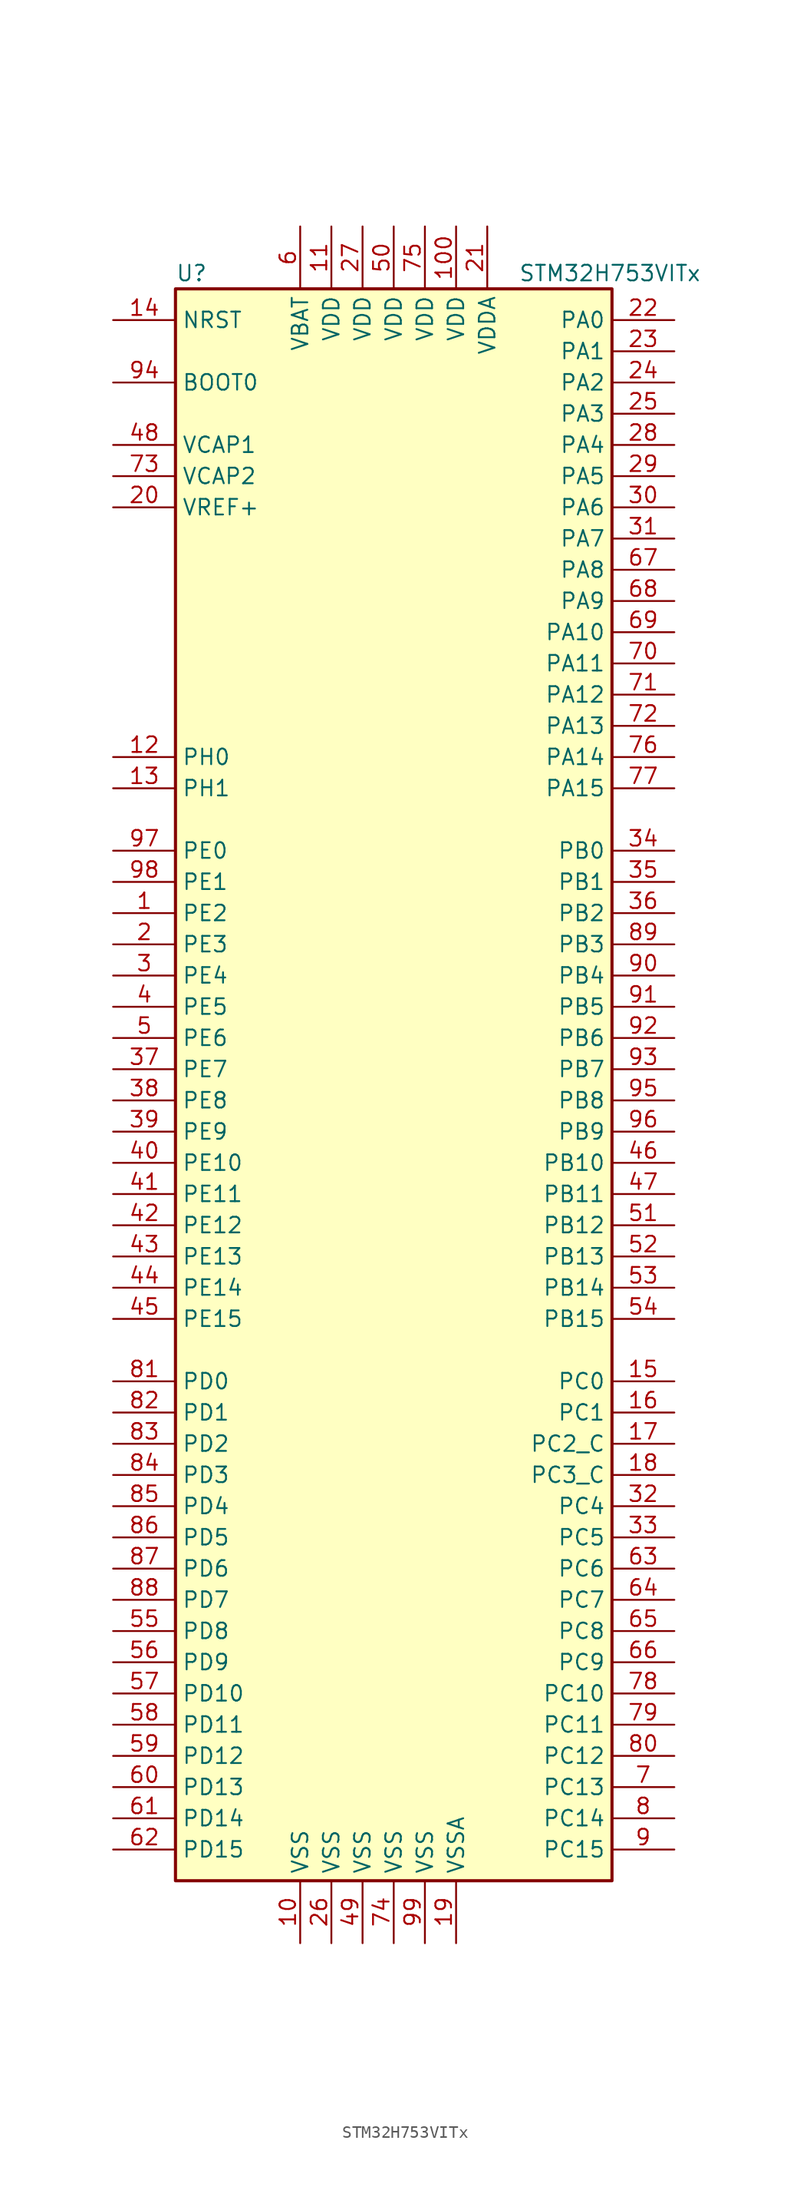
<source format=kicad_sym>
(kicad_symbol_lib
  (version 20201005)
  (generator kicad_symbol_editor)
  (symbol "STM32H753VITx"
    (property "Reference" "U"
      (at -17.78 64.77 0)
      (effects (font (size 1.27 1.27)) (justify left)))
    (property "Value" "STM32H753VITx"
      (at 10.16 64.77 0)
      (effects (font (size 1.27 1.27)) (justify left)))
    (symbol "STM32H753VITx_0_1"
      (rectangle (start -17.78 -66.04) (end 17.78 63.5) (stroke (width 0.254)) (fill (type background))))
    (symbol "STM32H753VITx_1_1"
      (pin bidirectional line (at -22.86 12.7 0) (length 5.08) (name "PE2" (effects (font (size 1.27 1.27)))) (number "1" (effects (font (size 1.27 1.27)))))
      (pin power_in line (at -7.62 -71.12 90) (length 5.08) (name "VSS" (effects (font (size 1.27 1.27)))) (number "10" (effects (font (size 1.27 1.27)))))
      (pin power_in line (at 5.08 68.58 270) (length 5.08) (name "VDD" (effects (font (size 1.27 1.27)))) (number "100" (effects (font (size 1.27 1.27)))))
      (pin power_in line (at -5.08 68.58 270) (length 5.08) (name "VDD" (effects (font (size 1.27 1.27)))) (number "11" (effects (font (size 1.27 1.27)))))
      (pin input line (at -22.86 25.4 0) (length 5.08) (name "PH0" (effects (font (size 1.27 1.27)))) (number "12" (effects (font (size 1.27 1.27)))))
      (pin input line (at -22.86 22.86 0) (length 5.08) (name "PH1" (effects (font (size 1.27 1.27)))) (number "13" (effects (font (size 1.27 1.27)))))
      (pin input line (at -22.86 60.96 0) (length 5.08) (name "NRST" (effects (font (size 1.27 1.27)))) (number "14" (effects (font (size 1.27 1.27)))))
      (pin bidirectional line (at 22.86 -25.4 180) (length 5.08) (name "PC0" (effects (font (size 1.27 1.27)))) (number "15" (effects (font (size 1.27 1.27)))))
      (pin bidirectional line (at 22.86 -27.94 180) (length 5.08) (name "PC1" (effects (font (size 1.27 1.27)))) (number "16" (effects (font (size 1.27 1.27)))))
      (pin bidirectional line (at 22.86 -30.48 180) (length 5.08) (name "PC2_C" (effects (font (size 1.27 1.27)))) (number "17" (effects (font (size 1.27 1.27)))))
      (pin bidirectional line (at 22.86 -33.02 180) (length 5.08) (name "PC3_C" (effects (font (size 1.27 1.27)))) (number "18" (effects (font (size 1.27 1.27)))))
      (pin power_in line (at 5.08 -71.12 90) (length 5.08) (name "VSSA" (effects (font (size 1.27 1.27)))) (number "19" (effects (font (size 1.27 1.27)))))
      (pin bidirectional line (at -22.86 10.16 0) (length 5.08) (name "PE3" (effects (font (size 1.27 1.27)))) (number "2" (effects (font (size 1.27 1.27)))))
      (pin bidirectional line (at -22.86 45.72 0) (length 5.08) (name "VREF+" (effects (font (size 1.27 1.27)))) (number "20" (effects (font (size 1.27 1.27)))))
      (pin power_in line (at 7.62 68.58 270) (length 5.08) (name "VDDA" (effects (font (size 1.27 1.27)))) (number "21" (effects (font (size 1.27 1.27)))))
      (pin bidirectional line (at 22.86 60.96 180) (length 5.08) (name "PA0" (effects (font (size 1.27 1.27)))) (number "22" (effects (font (size 1.27 1.27)))))
      (pin bidirectional line (at 22.86 58.42 180) (length 5.08) (name "PA1" (effects (font (size 1.27 1.27)))) (number "23" (effects (font (size 1.27 1.27)))))
      (pin bidirectional line (at 22.86 55.88 180) (length 5.08) (name "PA2" (effects (font (size 1.27 1.27)))) (number "24" (effects (font (size 1.27 1.27)))))
      (pin bidirectional line (at 22.86 53.34 180) (length 5.08) (name "PA3" (effects (font (size 1.27 1.27)))) (number "25" (effects (font (size 1.27 1.27)))))
      (pin power_in line (at -5.08 -71.12 90) (length 5.08) (name "VSS" (effects (font (size 1.27 1.27)))) (number "26" (effects (font (size 1.27 1.27)))))
      (pin power_in line (at -2.54 68.58 270) (length 5.08) (name "VDD" (effects (font (size 1.27 1.27)))) (number "27" (effects (font (size 1.27 1.27)))))
      (pin bidirectional line (at 22.86 50.8 180) (length 5.08) (name "PA4" (effects (font (size 1.27 1.27)))) (number "28" (effects (font (size 1.27 1.27)))))
      (pin bidirectional line (at 22.86 48.26 180) (length 5.08) (name "PA5" (effects (font (size 1.27 1.27)))) (number "29" (effects (font (size 1.27 1.27)))))
      (pin bidirectional line (at -22.86 7.62 0) (length 5.08) (name "PE4" (effects (font (size 1.27 1.27)))) (number "3" (effects (font (size 1.27 1.27)))))
      (pin bidirectional line (at 22.86 45.72 180) (length 5.08) (name "PA6" (effects (font (size 1.27 1.27)))) (number "30" (effects (font (size 1.27 1.27)))))
      (pin bidirectional line (at 22.86 43.18 180) (length 5.08) (name "PA7" (effects (font (size 1.27 1.27)))) (number "31" (effects (font (size 1.27 1.27)))))
      (pin bidirectional line (at 22.86 -35.56 180) (length 5.08) (name "PC4" (effects (font (size 1.27 1.27)))) (number "32" (effects (font (size 1.27 1.27)))))
      (pin bidirectional line (at 22.86 -38.1 180) (length 5.08) (name "PC5" (effects (font (size 1.27 1.27)))) (number "33" (effects (font (size 1.27 1.27)))))
      (pin bidirectional line (at 22.86 17.78 180) (length 5.08) (name "PB0" (effects (font (size 1.27 1.27)))) (number "34" (effects (font (size 1.27 1.27)))))
      (pin bidirectional line (at 22.86 15.24 180) (length 5.08) (name "PB1" (effects (font (size 1.27 1.27)))) (number "35" (effects (font (size 1.27 1.27)))))
      (pin bidirectional line (at 22.86 12.7 180) (length 5.08) (name "PB2" (effects (font (size 1.27 1.27)))) (number "36" (effects (font (size 1.27 1.27)))))
      (pin bidirectional line (at -22.86 0 0) (length 5.08) (name "PE7" (effects (font (size 1.27 1.27)))) (number "37" (effects (font (size 1.27 1.27)))))
      (pin bidirectional line (at -22.86 -2.54 0) (length 5.08) (name "PE8" (effects (font (size 1.27 1.27)))) (number "38" (effects (font (size 1.27 1.27)))))
      (pin bidirectional line (at -22.86 -5.08 0) (length 5.08) (name "PE9" (effects (font (size 1.27 1.27)))) (number "39" (effects (font (size 1.27 1.27)))))
      (pin bidirectional line (at -22.86 5.08 0) (length 5.08) (name "PE5" (effects (font (size 1.27 1.27)))) (number "4" (effects (font (size 1.27 1.27)))))
      (pin bidirectional line (at -22.86 -7.62 0) (length 5.08) (name "PE10" (effects (font (size 1.27 1.27)))) (number "40" (effects (font (size 1.27 1.27)))))
      (pin bidirectional line (at -22.86 -10.16 0) (length 5.08) (name "PE11" (effects (font (size 1.27 1.27)))) (number "41" (effects (font (size 1.27 1.27)))))
      (pin bidirectional line (at -22.86 -12.7 0) (length 5.08) (name "PE12" (effects (font (size 1.27 1.27)))) (number "42" (effects (font (size 1.27 1.27)))))
      (pin bidirectional line (at -22.86 -15.24 0) (length 5.08) (name "PE13" (effects (font (size 1.27 1.27)))) (number "43" (effects (font (size 1.27 1.27)))))
      (pin bidirectional line (at -22.86 -17.78 0) (length 5.08) (name "PE14" (effects (font (size 1.27 1.27)))) (number "44" (effects (font (size 1.27 1.27)))))
      (pin bidirectional line (at -22.86 -20.32 0) (length 5.08) (name "PE15" (effects (font (size 1.27 1.27)))) (number "45" (effects (font (size 1.27 1.27)))))
      (pin bidirectional line (at 22.86 -7.62 180) (length 5.08) (name "PB10" (effects (font (size 1.27 1.27)))) (number "46" (effects (font (size 1.27 1.27)))))
      (pin bidirectional line (at 22.86 -10.16 180) (length 5.08) (name "PB11" (effects (font (size 1.27 1.27)))) (number "47" (effects (font (size 1.27 1.27)))))
      (pin power_in line (at -22.86 50.8 0) (length 5.08) (name "VCAP1" (effects (font (size 1.27 1.27)))) (number "48" (effects (font (size 1.27 1.27)))))
      (pin power_in line (at -2.54 -71.12 90) (length 5.08) (name "VSS" (effects (font (size 1.27 1.27)))) (number "49" (effects (font (size 1.27 1.27)))))
      (pin bidirectional line (at -22.86 2.54 0) (length 5.08) (name "PE6" (effects (font (size 1.27 1.27)))) (number "5" (effects (font (size 1.27 1.27)))))
      (pin power_in line (at 0 68.58 270) (length 5.08) (name "VDD" (effects (font (size 1.27 1.27)))) (number "50" (effects (font (size 1.27 1.27)))))
      (pin bidirectional line (at 22.86 -12.7 180) (length 5.08) (name "PB12" (effects (font (size 1.27 1.27)))) (number "51" (effects (font (size 1.27 1.27)))))
      (pin bidirectional line (at 22.86 -15.24 180) (length 5.08) (name "PB13" (effects (font (size 1.27 1.27)))) (number "52" (effects (font (size 1.27 1.27)))))
      (pin bidirectional line (at 22.86 -17.78 180) (length 5.08) (name "PB14" (effects (font (size 1.27 1.27)))) (number "53" (effects (font (size 1.27 1.27)))))
      (pin bidirectional line (at 22.86 -20.32 180) (length 5.08) (name "PB15" (effects (font (size 1.27 1.27)))) (number "54" (effects (font (size 1.27 1.27)))))
      (pin bidirectional line (at -22.86 -45.72 0) (length 5.08) (name "PD8" (effects (font (size 1.27 1.27)))) (number "55" (effects (font (size 1.27 1.27)))))
      (pin bidirectional line (at -22.86 -48.26 0) (length 5.08) (name "PD9" (effects (font (size 1.27 1.27)))) (number "56" (effects (font (size 1.27 1.27)))))
      (pin bidirectional line (at -22.86 -50.8 0) (length 5.08) (name "PD10" (effects (font (size 1.27 1.27)))) (number "57" (effects (font (size 1.27 1.27)))))
      (pin bidirectional line (at -22.86 -53.34 0) (length 5.08) (name "PD11" (effects (font (size 1.27 1.27)))) (number "58" (effects (font (size 1.27 1.27)))))
      (pin bidirectional line (at -22.86 -55.88 0) (length 5.08) (name "PD12" (effects (font (size 1.27 1.27)))) (number "59" (effects (font (size 1.27 1.27)))))
      (pin power_in line (at -7.62 68.58 270) (length 5.08) (name "VBAT" (effects (font (size 1.27 1.27)))) (number "6" (effects (font (size 1.27 1.27)))))
      (pin bidirectional line (at -22.86 -58.42 0) (length 5.08) (name "PD13" (effects (font (size 1.27 1.27)))) (number "60" (effects (font (size 1.27 1.27)))))
      (pin bidirectional line (at -22.86 -60.96 0) (length 5.08) (name "PD14" (effects (font (size 1.27 1.27)))) (number "61" (effects (font (size 1.27 1.27)))))
      (pin bidirectional line (at -22.86 -63.5 0) (length 5.08) (name "PD15" (effects (font (size 1.27 1.27)))) (number "62" (effects (font (size 1.27 1.27)))))
      (pin bidirectional line (at 22.86 -40.64 180) (length 5.08) (name "PC6" (effects (font (size 1.27 1.27)))) (number "63" (effects (font (size 1.27 1.27)))))
      (pin bidirectional line (at 22.86 -43.18 180) (length 5.08) (name "PC7" (effects (font (size 1.27 1.27)))) (number "64" (effects (font (size 1.27 1.27)))))
      (pin bidirectional line (at 22.86 -45.72 180) (length 5.08) (name "PC8" (effects (font (size 1.27 1.27)))) (number "65" (effects (font (size 1.27 1.27)))))
      (pin bidirectional line (at 22.86 -48.26 180) (length 5.08) (name "PC9" (effects (font (size 1.27 1.27)))) (number "66" (effects (font (size 1.27 1.27)))))
      (pin bidirectional line (at 22.86 40.64 180) (length 5.08) (name "PA8" (effects (font (size 1.27 1.27)))) (number "67" (effects (font (size 1.27 1.27)))))
      (pin bidirectional line (at 22.86 38.1 180) (length 5.08) (name "PA9" (effects (font (size 1.27 1.27)))) (number "68" (effects (font (size 1.27 1.27)))))
      (pin bidirectional line (at 22.86 35.56 180) (length 5.08) (name "PA10" (effects (font (size 1.27 1.27)))) (number "69" (effects (font (size 1.27 1.27)))))
      (pin bidirectional line (at 22.86 -58.42 180) (length 5.08) (name "PC13" (effects (font (size 1.27 1.27)))) (number "7" (effects (font (size 1.27 1.27)))))
      (pin bidirectional line (at 22.86 33.02 180) (length 5.08) (name "PA11" (effects (font (size 1.27 1.27)))) (number "70" (effects (font (size 1.27 1.27)))))
      (pin bidirectional line (at 22.86 30.48 180) (length 5.08) (name "PA12" (effects (font (size 1.27 1.27)))) (number "71" (effects (font (size 1.27 1.27)))))
      (pin bidirectional line (at 22.86 27.94 180) (length 5.08) (name "PA13" (effects (font (size 1.27 1.27)))) (number "72" (effects (font (size 1.27 1.27)))))
      (pin power_in line (at -22.86 48.26 0) (length 5.08) (name "VCAP2" (effects (font (size 1.27 1.27)))) (number "73" (effects (font (size 1.27 1.27)))))
      (pin power_in line (at 0 -71.12 90) (length 5.08) (name "VSS" (effects (font (size 1.27 1.27)))) (number "74" (effects (font (size 1.27 1.27)))))
      (pin power_in line (at 2.54 68.58 270) (length 5.08) (name "VDD" (effects (font (size 1.27 1.27)))) (number "75" (effects (font (size 1.27 1.27)))))
      (pin bidirectional line (at 22.86 25.4 180) (length 5.08) (name "PA14" (effects (font (size 1.27 1.27)))) (number "76" (effects (font (size 1.27 1.27)))))
      (pin bidirectional line (at 22.86 22.86 180) (length 5.08) (name "PA15" (effects (font (size 1.27 1.27)))) (number "77" (effects (font (size 1.27 1.27)))))
      (pin bidirectional line (at 22.86 -50.8 180) (length 5.08) (name "PC10" (effects (font (size 1.27 1.27)))) (number "78" (effects (font (size 1.27 1.27)))))
      (pin bidirectional line (at 22.86 -53.34 180) (length 5.08) (name "PC11" (effects (font (size 1.27 1.27)))) (number "79" (effects (font (size 1.27 1.27)))))
      (pin bidirectional line (at 22.86 -60.96 180) (length 5.08) (name "PC14" (effects (font (size 1.27 1.27)))) (number "8" (effects (font (size 1.27 1.27)))))
      (pin bidirectional line (at 22.86 -55.88 180) (length 5.08) (name "PC12" (effects (font (size 1.27 1.27)))) (number "80" (effects (font (size 1.27 1.27)))))
      (pin bidirectional line (at -22.86 -25.4 0) (length 5.08) (name "PD0" (effects (font (size 1.27 1.27)))) (number "81" (effects (font (size 1.27 1.27)))))
      (pin bidirectional line (at -22.86 -27.94 0) (length 5.08) (name "PD1" (effects (font (size 1.27 1.27)))) (number "82" (effects (font (size 1.27 1.27)))))
      (pin bidirectional line (at -22.86 -30.48 0) (length 5.08) (name "PD2" (effects (font (size 1.27 1.27)))) (number "83" (effects (font (size 1.27 1.27)))))
      (pin bidirectional line (at -22.86 -33.02 0) (length 5.08) (name "PD3" (effects (font (size 1.27 1.27)))) (number "84" (effects (font (size 1.27 1.27)))))
      (pin bidirectional line (at -22.86 -35.56 0) (length 5.08) (name "PD4" (effects (font (size 1.27 1.27)))) (number "85" (effects (font (size 1.27 1.27)))))
      (pin bidirectional line (at -22.86 -38.1 0) (length 5.08) (name "PD5" (effects (font (size 1.27 1.27)))) (number "86" (effects (font (size 1.27 1.27)))))
      (pin bidirectional line (at -22.86 -40.64 0) (length 5.08) (name "PD6" (effects (font (size 1.27 1.27)))) (number "87" (effects (font (size 1.27 1.27)))))
      (pin bidirectional line (at -22.86 -43.18 0) (length 5.08) (name "PD7" (effects (font (size 1.27 1.27)))) (number "88" (effects (font (size 1.27 1.27)))))
      (pin bidirectional line (at 22.86 10.16 180) (length 5.08) (name "PB3" (effects (font (size 1.27 1.27)))) (number "89" (effects (font (size 1.27 1.27)))))
      (pin bidirectional line (at 22.86 -63.5 180) (length 5.08) (name "PC15" (effects (font (size 1.27 1.27)))) (number "9" (effects (font (size 1.27 1.27)))))
      (pin bidirectional line (at 22.86 7.62 180) (length 5.08) (name "PB4" (effects (font (size 1.27 1.27)))) (number "90" (effects (font (size 1.27 1.27)))))
      (pin bidirectional line (at 22.86 5.08 180) (length 5.08) (name "PB5" (effects (font (size 1.27 1.27)))) (number "91" (effects (font (size 1.27 1.27)))))
      (pin bidirectional line (at 22.86 2.54 180) (length 5.08) (name "PB6" (effects (font (size 1.27 1.27)))) (number "92" (effects (font (size 1.27 1.27)))))
      (pin bidirectional line (at 22.86 0 180) (length 5.08) (name "PB7" (effects (font (size 1.27 1.27)))) (number "93" (effects (font (size 1.27 1.27)))))
      (pin input line (at -22.86 55.88 0) (length 5.08) (name "BOOT0" (effects (font (size 1.27 1.27)))) (number "94" (effects (font (size 1.27 1.27)))))
      (pin bidirectional line (at 22.86 -2.54 180) (length 5.08) (name "PB8" (effects (font (size 1.27 1.27)))) (number "95" (effects (font (size 1.27 1.27)))))
      (pin bidirectional line (at 22.86 -5.08 180) (length 5.08) (name "PB9" (effects (font (size 1.27 1.27)))) (number "96" (effects (font (size 1.27 1.27)))))
      (pin bidirectional line (at -22.86 17.78 0) (length 5.08) (name "PE0" (effects (font (size 1.27 1.27)))) (number "97" (effects (font (size 1.27 1.27)))))
      (pin bidirectional line (at -22.86 15.24 0) (length 5.08) (name "PE1" (effects (font (size 1.27 1.27)))) (number "98" (effects (font (size 1.27 1.27)))))
      (pin power_in line (at 2.54 -71.12 90) (length 5.08) (name "VSS" (effects (font (size 1.27 1.27)))) (number "99" (effects (font (size 1.27 1.27))))))))
</source>
